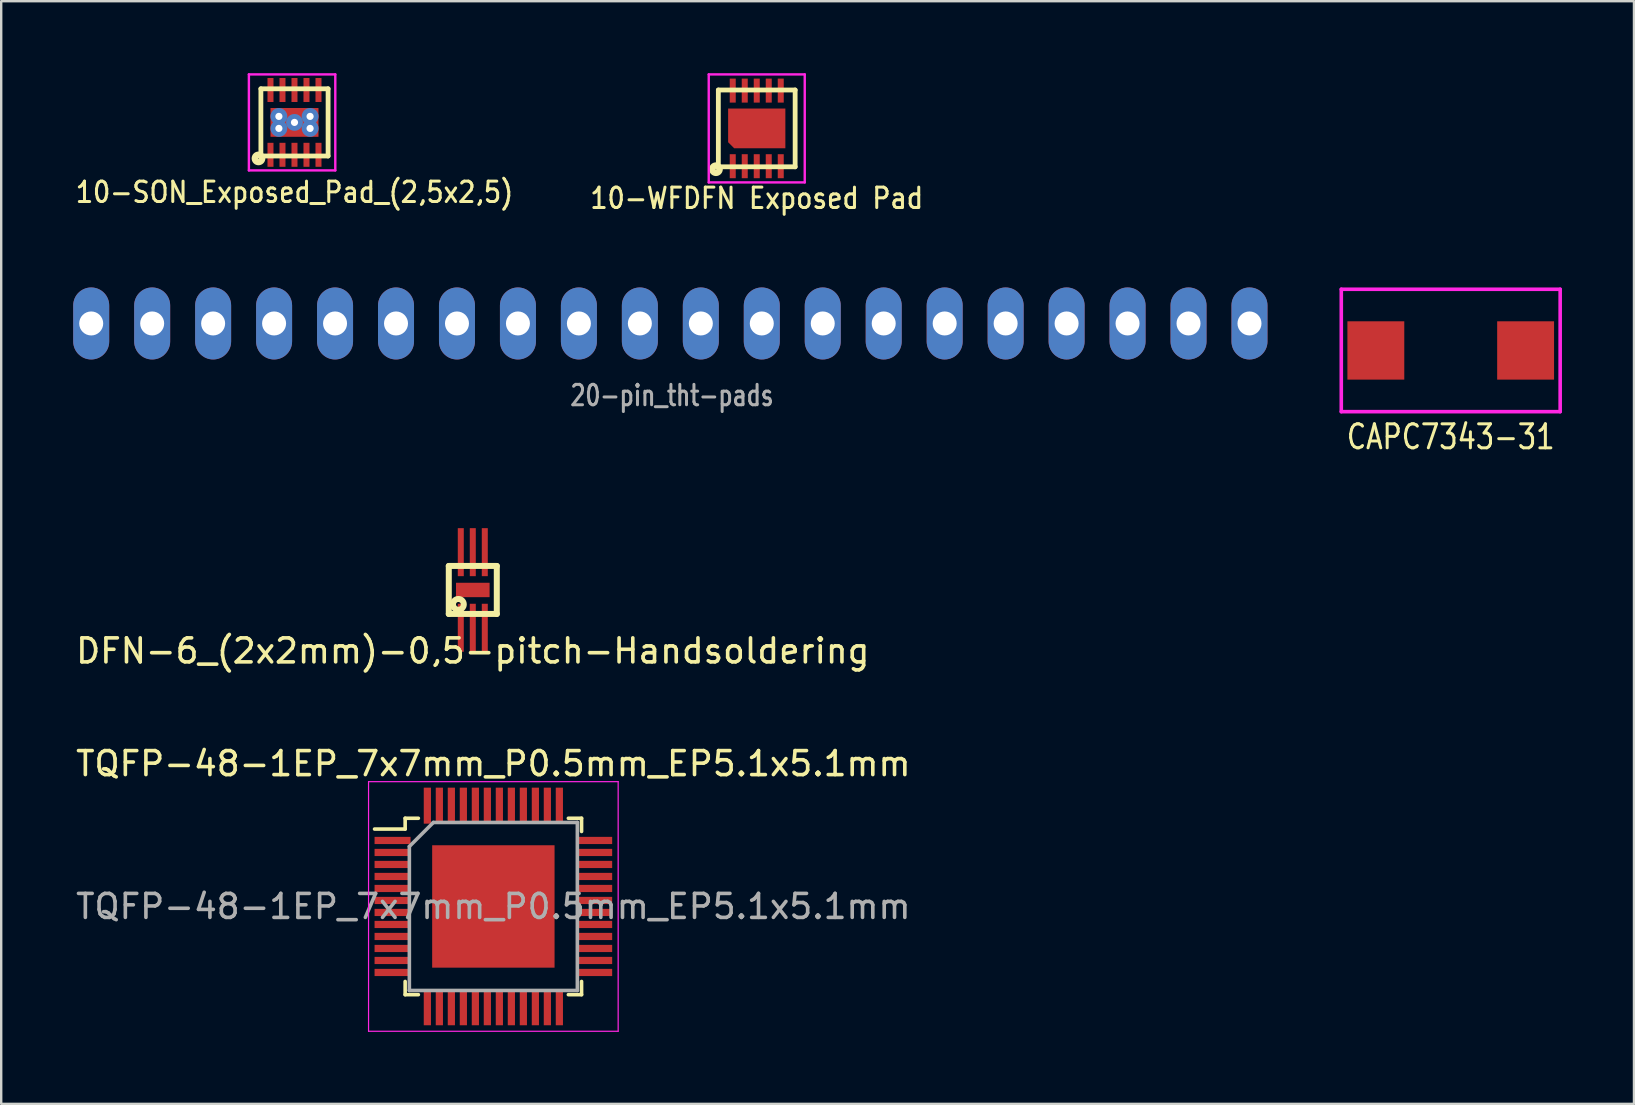
<source format=kicad_pcb>
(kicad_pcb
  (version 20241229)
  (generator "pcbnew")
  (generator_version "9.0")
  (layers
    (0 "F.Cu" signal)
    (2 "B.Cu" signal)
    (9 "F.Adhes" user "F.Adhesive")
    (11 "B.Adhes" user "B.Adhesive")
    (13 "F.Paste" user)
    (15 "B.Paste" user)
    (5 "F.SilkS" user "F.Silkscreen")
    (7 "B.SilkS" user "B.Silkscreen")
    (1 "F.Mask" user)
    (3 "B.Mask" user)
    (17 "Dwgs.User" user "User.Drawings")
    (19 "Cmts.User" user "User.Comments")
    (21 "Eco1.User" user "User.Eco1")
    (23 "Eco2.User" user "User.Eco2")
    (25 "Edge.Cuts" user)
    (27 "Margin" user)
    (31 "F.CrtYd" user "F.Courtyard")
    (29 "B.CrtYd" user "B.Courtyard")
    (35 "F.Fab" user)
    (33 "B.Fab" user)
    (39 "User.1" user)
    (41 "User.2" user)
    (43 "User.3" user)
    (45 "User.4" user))
  (footprint "DFN-6_(2x2mm)-0,5-pitch-Handsoldering"
    (layer "F.Cu")
    (at 16.649 21.531)
    (property "Reference" "DFN-6_(2x2mm)-0,5-pitch-Handsoldering" (at 0 2.54 0) (layer "F.SilkS") (effects (font (size 1 1) (thickness 0.15))))
    (attr through_hole)
    (fp_line (start -1 -1) (end -1 1) (stroke (width 0.25) (type solid)) (layer "F.SilkS"))
    (fp_line (start -1 1) (end 1 1) (stroke (width 0.25) (type solid)) (layer "F.SilkS"))
    (fp_line (start 1 -1) (end -1 -1) (stroke (width 0.25) (type solid)) (layer "F.SilkS"))
    (fp_line (start 1 1) (end 1 -1) (stroke (width 0.25) (type solid)) (layer "F.SilkS"))
    (fp_circle (center -0.6 0.6) (end -0.6 0.7) (stroke (width 0.25) (type solid)) (fill no) (layer "F.SilkS"))
    (pad "1" smd rect (at -0.5 1.575) (size 0.25 2) (layers "F.Cu" "F.Mask" "F.Paste"))
    (pad "2" smd rect (at 0 1.575) (size 0.25 2) (layers "F.Cu" "F.Mask" "F.Paste"))
    (pad "3" smd rect (at 0.5 1.575) (size 0.25 2) (layers "F.Cu" "F.Mask" "F.Paste"))
    (pad "4" smd rect (at 0.5 -1.575) (size 0.25 2) (layers "F.Cu" "F.Mask" "F.Paste"))
    (pad "5" smd rect (at 0 -1.575) (size 0.25 2) (layers "F.Cu" "F.Mask" "F.Paste"))
    (pad "6" smd rect (at -0.5 -1.575) (size 0.25 2) (layers "F.Cu" "F.Mask" "F.Paste"))
    (pad "~" smd trapezoid (at 0 0 180) (size 1.4 0.6) (layers "F.Cu" "F.Mask" "F.Paste")))
  (footprint "10-WFDFN Exposed Pad"
    (layer "F.Cu")
    (at 28.48 2.3)
    (property "Reference" "10-WFDFN Exposed Pad" (at 0 2.91 0) (layer "F.SilkS") (effects (font (size 0.85 0.75) (thickness 0.125))))
    (attr through_hole)
    (fp_line (start -1.6 -1.6) (end 1.6 -1.6) (stroke (width 0.2) (type solid)) (layer "F.SilkS"))
    (fp_line (start -1.6 1.6) (end -1.6 -1.6) (stroke (width 0.2) (type solid)) (layer "F.SilkS"))
    (fp_line (start 1.6 -1.6) (end 1.6 1.6) (stroke (width 0.2) (type solid)) (layer "F.SilkS"))
    (fp_line (start 1.6 1.6) (end -1.6 1.6) (stroke (width 0.2) (type solid)) (layer "F.SilkS"))
    (fp_circle (center -1.7 1.7) (end -1.69 1.71) (stroke (width 0.2) (type solid)) (fill no) (layer "F.SilkS"))
    (fp_circle (center -1.7 1.7) (end -1.55 1.81) (stroke (width 0.2) (type solid)) (fill no) (layer "F.SilkS"))
    (fp_line (start -2 -2.25) (end 2 -2.25) (stroke (width 0.1) (type solid)) (layer "F.CrtYd"))
    (fp_line (start -2 2.25) (end -2 -2.25) (stroke (width 0.1) (type solid)) (layer "F.CrtYd"))
    (fp_line (start 2 -2.25) (end 2 2.25) (stroke (width 0.1) (type solid)) (layer "F.CrtYd"))
    (fp_line (start 2 2.25) (end -2 2.25) (stroke (width 0.1) (type solid)) (layer "F.CrtYd"))
    (pad "1" smd rect (at -1 1.575) (size 0.25 1) (layers "F.Cu" "F.Mask" "F.Paste"))
    (pad "2" smd rect (at -0.5 1.575) (size 0.25 1) (layers "F.Cu" "F.Mask" "F.Paste"))
    (pad "3" smd rect (at 0 1.575) (size 0.25 1) (layers "F.Cu" "F.Mask" "F.Paste"))
    (pad "4" smd rect (at 0.5 1.575) (size 0.25 1) (layers "F.Cu" "F.Mask" "F.Paste"))
    (pad "5" smd rect (at 1 1.575) (size 0.25 1) (layers "F.Cu" "F.Mask" "F.Paste"))
    (pad "6" smd rect (at 1 -1.575) (size 0.25 1) (layers "F.Cu" "F.Mask" "F.Paste"))
    (pad "7" smd rect (at 0.5 -1.575) (size 0.25 1) (layers "F.Cu" "F.Mask" "F.Paste"))
    (pad "8" smd rect (at 0 -1.575) (size 0.25 1) (layers "F.Cu" "F.Mask" "F.Paste"))
    (pad "9" smd rect (at -0.5 -1.575) (size 0.25 1) (layers "F.Cu" "F.Mask" "F.Paste"))
    (pad "10" smd rect (at -1 -1.575) (size 0.25 1) (layers "F.Cu" "F.Mask" "F.Paste"))
    (pad "11" smd custom (at -0.05 -0.005) (size 1 1) (layers "F.Cu" "F.Mask" "F.Paste") (options (anchor rect)) (primitives (gr_poly (pts (xy -1.14 -0.82) (xy 1.24 -0.82) (xy 1.24 0.83) (xy -0.89 0.83) (xy -1.14 0.58)) (width 0.005) (fill yes)) (gr_line (start 1.24 -0.82) (end 1.24 0.83) (width 0.005)) (gr_line (start 1.24 0.83) (end -0.89 0.83) (width 0.005)) (gr_line (start -1.14 0.58) (end -1.14 -0.82) (width 0.005)) (gr_line (start -1.14 -0.82) (end 1.24 -0.82) (width 0.005)) (gr_line (start -0.89 0.83) (end -1.14 0.58) (width 0.005)))))
  (footprint "TQFP-48-1EP_7x7mm_P0.5mm_EP5.1x5.1mm"
    (layer "F.Cu")
    (at 17.506 34.718)
    (property "Reference" "TQFP-48-1EP_7x7mm_P0.5mm_EP5.1x5.1mm" (at 0 -5.95 0) (layer "F.SilkS") (effects (font (size 1 1) (thickness 0.15))))
    (attr smd)
    (fp_line (start -3.675 -3.675) (end -3.675 -3.225) (stroke (width 0.15) (type solid)) (layer "F.SilkS"))
    (fp_line (start -3.675 -3.675) (end -3.125 -3.675) (stroke (width 0.15) (type solid)) (layer "F.SilkS"))
    (fp_line (start -3.675 -3.225) (end -4.95 -3.225) (stroke (width 0.15) (type solid)) (layer "F.SilkS"))
    (fp_line (start -3.675 3.675) (end -3.675 3.125) (stroke (width 0.15) (type solid)) (layer "F.SilkS"))
    (fp_line (start -3.675 3.675) (end -3.125 3.675) (stroke (width 0.15) (type solid)) (layer "F.SilkS"))
    (fp_line (start 3.675 -3.675) (end 3.125 -3.675) (stroke (width 0.15) (type solid)) (layer "F.SilkS"))
    (fp_line (start 3.675 -3.675) (end 3.675 -3.125) (stroke (width 0.15) (type solid)) (layer "F.SilkS"))
    (fp_line (start 3.675 3.675) (end 3.125 3.675) (stroke (width 0.15) (type solid)) (layer "F.SilkS"))
    (fp_line (start 3.675 3.675) (end 3.675 3.125) (stroke (width 0.15) (type solid)) (layer "F.SilkS"))
    (fp_line (start -5.2 -5.2) (end -5.2 5.2) (stroke (width 0.05) (type solid)) (layer "F.CrtYd"))
    (fp_line (start -5.2 -5.2) (end 5.2 -5.2) (stroke (width 0.05) (type solid)) (layer "F.CrtYd"))
    (fp_line (start -5.2 5.2) (end 5.2 5.2) (stroke (width 0.05) (type solid)) (layer "F.CrtYd"))
    (fp_line (start 5.2 -5.2) (end 5.2 5.2) (stroke (width 0.05) (type solid)) (layer "F.CrtYd"))
    (fp_line (start -3.5 -2.5) (end -2.5 -3.5) (stroke (width 0.15) (type solid)) (layer "F.Fab"))
    (fp_line (start -3.5 3.5) (end -3.5 -2.5) (stroke (width 0.15) (type solid)) (layer "F.Fab"))
    (fp_line (start -2.5 -3.5) (end 3.5 -3.5) (stroke (width 0.15) (type solid)) (layer "F.Fab"))
    (fp_line (start 3.5 -3.5) (end 3.5 3.5) (stroke (width 0.15) (type solid)) (layer "F.Fab"))
    (fp_line (start 3.5 3.5) (end -3.5 3.5) (stroke (width 0.15) (type solid)) (layer "F.Fab"))
    (fp_text user "${REFERENCE}" (at 0 0 0) (layer "F.Fab") (effects (font (size 1 1) (thickness 0.15))))
    (pad "" smd rect (at -0.875 -0.875) (size 1.35 1.35) (layers "F.Paste"))
    (pad "" smd rect (at -0.875 0.875) (size 1.35 1.35) (layers "F.Paste"))
    (pad "" smd rect (at 0.875 -0.875) (size 1.35 1.35) (layers "F.Paste"))
    (pad "" smd rect (at 0.875 0.875) (size 1.35 1.35) (layers "F.Paste"))
    (pad "1" smd rect (at -4.2 -2.75) (size 1.5 0.3) (layers "F.Cu" "F.Mask" "F.Paste"))
    (pad "2" smd rect (at -4.2 -2.25) (size 1.5 0.3) (layers "F.Cu" "F.Mask" "F.Paste"))
    (pad "3" smd rect (at -4.2 -1.75) (size 1.5 0.3) (layers "F.Cu" "F.Mask" "F.Paste"))
    (pad "4" smd rect (at -4.2 -1.25) (size 1.5 0.3) (layers "F.Cu" "F.Mask" "F.Paste"))
    (pad "5" smd rect (at -4.2 -0.75) (size 1.5 0.3) (layers "F.Cu" "F.Mask" "F.Paste"))
    (pad "6" smd rect (at -4.2 -0.25) (size 1.5 0.3) (layers "F.Cu" "F.Mask" "F.Paste"))
    (pad "7" smd rect (at -4.2 0.25) (size 1.5 0.3) (layers "F.Cu" "F.Mask" "F.Paste"))
    (pad "8" smd rect (at -4.2 0.75) (size 1.5 0.3) (layers "F.Cu" "F.Mask" "F.Paste"))
    (pad "9" smd rect (at -4.2 1.25) (size 1.5 0.3) (layers "F.Cu" "F.Mask" "F.Paste"))
    (pad "10" smd rect (at -4.2 1.75) (size 1.5 0.3) (layers "F.Cu" "F.Mask" "F.Paste"))
    (pad "11" smd rect (at -4.2 2.25) (size 1.5 0.3) (layers "F.Cu" "F.Mask" "F.Paste"))
    (pad "12" smd rect (at -4.2 2.75) (size 1.5 0.3) (layers "F.Cu" "F.Mask" "F.Paste"))
    (pad "13" smd rect (at -2.75 4.2 90) (size 1.5 0.3) (layers "F.Cu" "F.Mask" "F.Paste"))
    (pad "14" smd rect (at -2.25 4.2 90) (size 1.5 0.3) (layers "F.Cu" "F.Mask" "F.Paste"))
    (pad "15" smd rect (at -1.75 4.2 90) (size 1.5 0.3) (layers "F.Cu" "F.Mask" "F.Paste"))
    (pad "16" smd rect (at -1.25 4.2 90) (size 1.5 0.3) (layers "F.Cu" "F.Mask" "F.Paste"))
    (pad "17" smd rect (at -0.75 4.2 90) (size 1.5 0.3) (layers "F.Cu" "F.Mask" "F.Paste"))
    (pad "18" smd rect (at -0.25 4.2 90) (size 1.5 0.3) (layers "F.Cu" "F.Mask" "F.Paste"))
    (pad "19" smd rect (at 0.25 4.2 90) (size 1.5 0.3) (layers "F.Cu" "F.Mask" "F.Paste"))
    (pad "20" smd rect (at 0.75 4.2 90) (size 1.5 0.3) (layers "F.Cu" "F.Mask" "F.Paste"))
    (pad "21" smd rect (at 1.25 4.2 90) (size 1.5 0.3) (layers "F.Cu" "F.Mask" "F.Paste"))
    (pad "22" smd rect (at 1.75 4.2 90) (size 1.5 0.3) (layers "F.Cu" "F.Mask" "F.Paste"))
    (pad "23" smd rect (at 2.25 4.2 90) (size 1.5 0.3) (layers "F.Cu" "F.Mask" "F.Paste"))
    (pad "24" smd rect (at 2.75 4.2 90) (size 1.5 0.3) (layers "F.Cu" "F.Mask" "F.Paste"))
    (pad "25" smd rect (at 4.2 2.75) (size 1.5 0.3) (layers "F.Cu" "F.Mask" "F.Paste"))
    (pad "26" smd rect (at 4.2 2.25) (size 1.5 0.3) (layers "F.Cu" "F.Mask" "F.Paste"))
    (pad "27" smd rect (at 4.2 1.75) (size 1.5 0.3) (layers "F.Cu" "F.Mask" "F.Paste"))
    (pad "28" smd rect (at 4.2 1.25) (size 1.5 0.3) (layers "F.Cu" "F.Mask" "F.Paste"))
    (pad "29" smd rect (at 4.2 0.75) (size 1.5 0.3) (layers "F.Cu" "F.Mask" "F.Paste"))
    (pad "30" smd rect (at 4.2 0.25) (size 1.5 0.3) (layers "F.Cu" "F.Mask" "F.Paste"))
    (pad "31" smd rect (at 4.2 -0.25) (size 1.5 0.3) (layers "F.Cu" "F.Mask" "F.Paste"))
    (pad "32" smd rect (at 4.2 -0.75) (size 1.5 0.3) (layers "F.Cu" "F.Mask" "F.Paste"))
    (pad "33" smd rect (at 4.2 -1.25) (size 1.5 0.3) (layers "F.Cu" "F.Mask" "F.Paste"))
    (pad "34" smd rect (at 4.2 -1.75) (size 1.5 0.3) (layers "F.Cu" "F.Mask" "F.Paste"))
    (pad "35" smd rect (at 4.2 -2.25) (size 1.5 0.3) (layers "F.Cu" "F.Mask" "F.Paste"))
    (pad "36" smd rect (at 4.2 -2.75) (size 1.5 0.3) (layers "F.Cu" "F.Mask" "F.Paste"))
    (pad "37" smd rect (at 2.75 -4.2 90) (size 1.5 0.3) (layers "F.Cu" "F.Mask" "F.Paste"))
    (pad "38" smd rect (at 2.25 -4.2 90) (size 1.5 0.3) (layers "F.Cu" "F.Mask" "F.Paste"))
    (pad "39" smd rect (at 1.75 -4.2 90) (size 1.5 0.3) (layers "F.Cu" "F.Mask" "F.Paste"))
    (pad "40" smd rect (at 1.25 -4.2 90) (size 1.5 0.3) (layers "F.Cu" "F.Mask" "F.Paste"))
    (pad "41" smd rect (at 0.75 -4.2 90) (size 1.5 0.3) (layers "F.Cu" "F.Mask" "F.Paste"))
    (pad "42" smd rect (at 0.25 -4.2 90) (size 1.5 0.3) (layers "F.Cu" "F.Mask" "F.Paste"))
    (pad "43" smd rect (at -0.25 -4.2 90) (size 1.5 0.3) (layers "F.Cu" "F.Mask" "F.Paste"))
    (pad "44" smd rect (at -0.75 -4.2 90) (size 1.5 0.3) (layers "F.Cu" "F.Mask" "F.Paste"))
    (pad "45" smd rect (at -1.25 -4.2 90) (size 1.5 0.3) (layers "F.Cu" "F.Mask" "F.Paste"))
    (pad "46" smd rect (at -1.75 -4.2 90) (size 1.5 0.3) (layers "F.Cu" "F.Mask" "F.Paste"))
    (pad "47" smd rect (at -2.25 -4.2 90) (size 1.5 0.3) (layers "F.Cu" "F.Mask" "F.Paste"))
    (pad "48" smd rect (at -2.75 -4.2 90) (size 1.5 0.3) (layers "F.Cu" "F.Mask" "F.Paste"))
    (pad "49" smd rect (at 0 0) (size 5.1 5.1) (layers "F.Cu" "F.Mask")))
  (footprint "20-pin_tht-pads"
    (layer "F.Cu")
    (at 24.88 10.427)
    (property "Reference" "20-pin_tht-pads" (at 0.07 3 0) (layer "F.Fab") (effects (font (size 0.85 0.65) (thickness 0.125))))
    (attr through_hole)
    (pad "1" thru_hole oval (at -24.13 0) (size 1.5 3) (drill 1) (layers "*.Cu" "*.Mask"))
    (pad "2" thru_hole oval (at -21.59 0) (size 1.5 3) (drill 1) (layers "*.Cu" "*.Mask"))
    (pad "3" thru_hole oval (at -19.05 0) (size 1.5 3) (drill 1) (layers "*.Cu" "*.Mask"))
    (pad "4" thru_hole oval (at -16.51 0) (size 1.5 3) (drill 1) (layers "*.Cu" "*.Mask"))
    (pad "5" thru_hole oval (at -13.97 0) (size 1.5 3) (drill 1) (layers "*.Cu" "*.Mask"))
    (pad "6" thru_hole oval (at -11.43 0) (size 1.5 3) (drill 1) (layers "*.Cu" "*.Mask"))
    (pad "7" thru_hole oval (at -8.89 0) (size 1.5 3) (drill 1) (layers "*.Cu" "*.Mask"))
    (pad "8" thru_hole oval (at -6.35 0) (size 1.5 3) (drill 1) (layers "*.Cu" "*.Mask"))
    (pad "9" thru_hole oval (at -3.81 0) (size 1.5 3) (drill 1) (layers "*.Cu" "*.Mask"))
    (pad "10" thru_hole oval (at -1.27 0) (size 1.5 3) (drill 1) (layers "*.Cu" "*.Mask"))
    (pad "11" thru_hole oval (at 1.27 0) (size 1.5 3) (drill 1) (layers "*.Cu" "*.Mask"))
    (pad "12" thru_hole oval (at 3.81 0) (size 1.5 3) (drill 1) (layers "*.Cu" "*.Mask"))
    (pad "13" thru_hole oval (at 6.35 0) (size 1.5 3) (drill 1) (layers "*.Cu" "*.Mask"))
    (pad "14" thru_hole oval (at 8.89 0) (size 1.5 3) (drill 1) (layers "*.Cu" "*.Mask"))
    (pad "15" thru_hole oval (at 11.43 0) (size 1.5 3) (drill 1) (layers "*.Cu" "*.Mask"))
    (pad "16" thru_hole oval (at 13.97 0) (size 1.5 3) (drill 1) (layers "*.Cu" "*.Mask"))
    (pad "17" thru_hole oval (at 16.51 0) (size 1.5 3) (drill 1) (layers "*.Cu" "*.Mask"))
    (pad "18" thru_hole oval (at 19.05 0) (size 1.5 3) (drill 1) (layers "*.Cu" "*.Mask"))
    (pad "19" thru_hole oval (at 21.59 0) (size 1.5 3) (drill 1) (layers "*.Cu" "*.Mask"))
    (pad "20" thru_hole oval (at 24.13 0) (size 1.5 3) (drill 1) (layers "*.Cu" "*.Mask")))
  (footprint "CAPC7343-31"
    (layer "F.Cu")
    (at 57.395 11.552)
    (property "Reference" "CAPC7343-31" (at 0 3.6 0) (layer "F.SilkS") (effects (font (size 1 0.8) (thickness 0.125))))
    (attr through_hole)
    (fp_line (start -4.56 -2.55) (end -4.56 2.55) (stroke (width 0.15) (type solid)) (layer "F.CrtYd"))
    (fp_line (start -4.56 -2.55) (end 4.56 -2.55) (stroke (width 0.15) (type solid)) (layer "F.CrtYd"))
    (fp_line (start -4.56 2.55) (end 4.56 2.55) (stroke (width 0.15) (type solid)) (layer "F.CrtYd"))
    (fp_line (start 4.56 2.55) (end 4.56 -2.55) (stroke (width 0.15) (type solid)) (layer "F.CrtYd"))
    (pad "1" smd rect (at -3.12 0) (size 2.37 2.43) (layers "F.Cu" "F.Mask" "F.Paste"))
    (pad "1" smd rect (at 3.12 0) (size 2.37 2.43) (layers "F.Cu" "F.Mask" "F.Paste")))
  (footprint "10-SON_Exposed_Pad_(2,5x2,5)"
    (layer "F.Cu")
    (at 9.22 2.05)
    (property "Reference" "10-SON_Exposed_Pad_(2,5x2,5)" (at 0 2.91 0) (layer "F.SilkS") (effects (font (size 0.85 0.75) (thickness 0.125))))
    (attr through_hole)
    (fp_line (start -1.4 -1.4) (end 1.4 -1.4) (stroke (width 0.2) (type solid)) (layer "F.SilkS"))
    (fp_line (start -1.4 1.4) (end -1.4 -1.4) (stroke (width 0.2) (type solid)) (layer "F.SilkS"))
    (fp_line (start 1.4 -1.4) (end 1.4 1.4) (stroke (width 0.2) (type solid)) (layer "F.SilkS"))
    (fp_line (start 1.4 1.4) (end -1.4 1.4) (stroke (width 0.2) (type solid)) (layer "F.SilkS"))
    (fp_circle (center -1.5 1.5) (end -1.49 1.51) (stroke (width 0.2) (type solid)) (fill no) (layer "F.SilkS"))
    (fp_circle (center -1.5 1.5) (end -1.35 1.61) (stroke (width 0.2) (type solid)) (fill no) (layer "F.SilkS"))
    (fp_line (start -1.9 -2) (end 1.7 -2) (stroke (width 0.1) (type solid)) (layer "F.CrtYd"))
    (fp_line (start -1.9 2) (end -1.9 -2) (stroke (width 0.1) (type solid)) (layer "F.CrtYd"))
    (fp_line (start 1.7 -2) (end 1.7 2) (stroke (width 0.1) (type solid)) (layer "F.CrtYd"))
    (fp_line (start 1.7 2) (end -1.9 2) (stroke (width 0.1) (type solid)) (layer "F.CrtYd"))
    (pad "1" smd rect (at -1 1.35) (size 0.25 1) (layers "F.Cu" "F.Mask" "F.Paste"))
    (pad "2" smd rect (at -0.5 1.35) (size 0.25 1) (layers "F.Cu" "F.Mask" "F.Paste"))
    (pad "3" smd rect (at 0 1.35) (size 0.25 1) (layers "F.Cu" "F.Mask" "F.Paste"))
    (pad "4" smd rect (at 0.5 1.35) (size 0.25 1) (layers "F.Cu" "F.Mask" "F.Paste"))
    (pad "5" smd rect (at 1 1.35) (size 0.25 1) (layers "F.Cu" "F.Mask" "F.Paste"))
    (pad "6" smd rect (at 1 -1.35) (size 0.25 1) (layers "F.Cu" "F.Mask" "F.Paste"))
    (pad "7" smd rect (at 0.5 -1.35) (size 0.25 1) (layers "F.Cu" "F.Mask" "F.Paste"))
    (pad "8" smd rect (at 0 -1.35) (size 0.25 1) (layers "F.Cu" "F.Mask" "F.Paste"))
    (pad "9" smd rect (at -0.5 -1.35) (size 0.25 1) (layers "F.Cu" "F.Mask" "F.Paste"))
    (pad "10" smd rect (at -1 -1.35) (size 0.25 1) (layers "F.Cu" "F.Mask" "F.Paste"))
    (pad "11" thru_hole circle (at -0.65 -0.25) (size 0.7 0.7) (drill 0.3) (layers "*.Cu" "*.Mask"))
    (pad "11" thru_hole circle (at -0.65 0.25) (size 0.7 0.7) (drill 0.3) (layers "*.Cu" "*.Mask"))
    (pad "11" smd custom (at -0.5 -0.3) (size 0.85 0.45) (layers "F.Cu" "F.Mask" "F.Paste") (options (anchor rect)) (primitives))
    (pad "11" smd custom (at -0.5 0.3) (size 0.85 0.45) (layers "F.Cu" "F.Mask" "F.Paste") (options (anchor rect)) (primitives))
    (pad "11" thru_hole circle (at 0 0) (size 0.7 0.7) (drill 0.3) (layers "*.Cu" "*.Mask"))
    (pad "11" smd custom (at 0 0) (size 2 1.2) (layers "F.Cu" "F.Mask") (options (anchor rect)) (primitives))
    (pad "11" smd custom (at 0.5 -0.3) (size 0.85 0.45) (layers "F.Cu" "F.Mask" "F.Paste") (options (anchor rect)) (primitives))
    (pad "11" smd custom (at 0.5 0.3) (size 0.85 0.45) (layers "F.Cu" "F.Mask" "F.Paste") (options (anchor rect)) (primitives))
    (pad "11" thru_hole circle (at 0.65 -0.25) (size 0.7 0.7) (drill 0.3) (layers "*.Cu" "*.Mask"))
    (pad "11" thru_hole circle (at 0.65 0.25) (size 0.7 0.7) (drill 0.3) (layers "*.Cu" "*.Mask")))
  (gr_rect
    (start -3 -3)
    (end 65.03 42.943)
    (stroke (width 0.1) (type default))
    (fill no)
    (layer "Edge.Cuts")))
</source>
